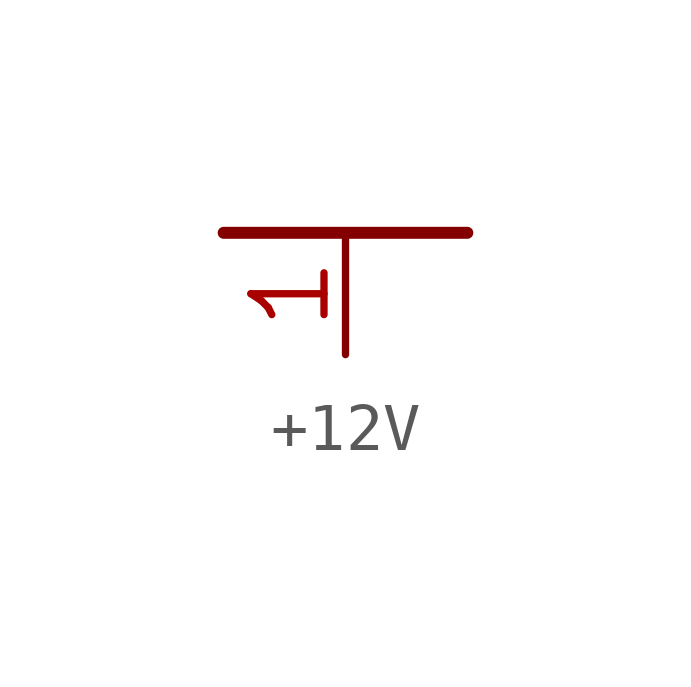
<source format=kicad_sym>
(kicad_symbol_lib
  (version 20241209)
  (generator "kicad_symbol_editor")
  (generator_version "9.0")
  (symbol "+12V"
    (power)
    (property "Reference" "#NetPort"
      (at 0 0 0)
      (effects (font (size 1.27 1.27)) (hide yes)))
    (property "ki_locked" ""
      (at 0 0 0)
      (effects (font (size 1.27 1.27))))
    (symbol "+12V_1_0"
      (polyline (pts (xy -2.54 0) (xy 2.54 0)) (stroke (width 0.25) (type solid)) (fill (type none)))
      (pin power_in line (at 0 -2.54 90) (length 2.54) (name "+12V" (effects (font (size 0 0)))) (number "1" (effects (font (size 1.524 1.524))))))))
</source>
